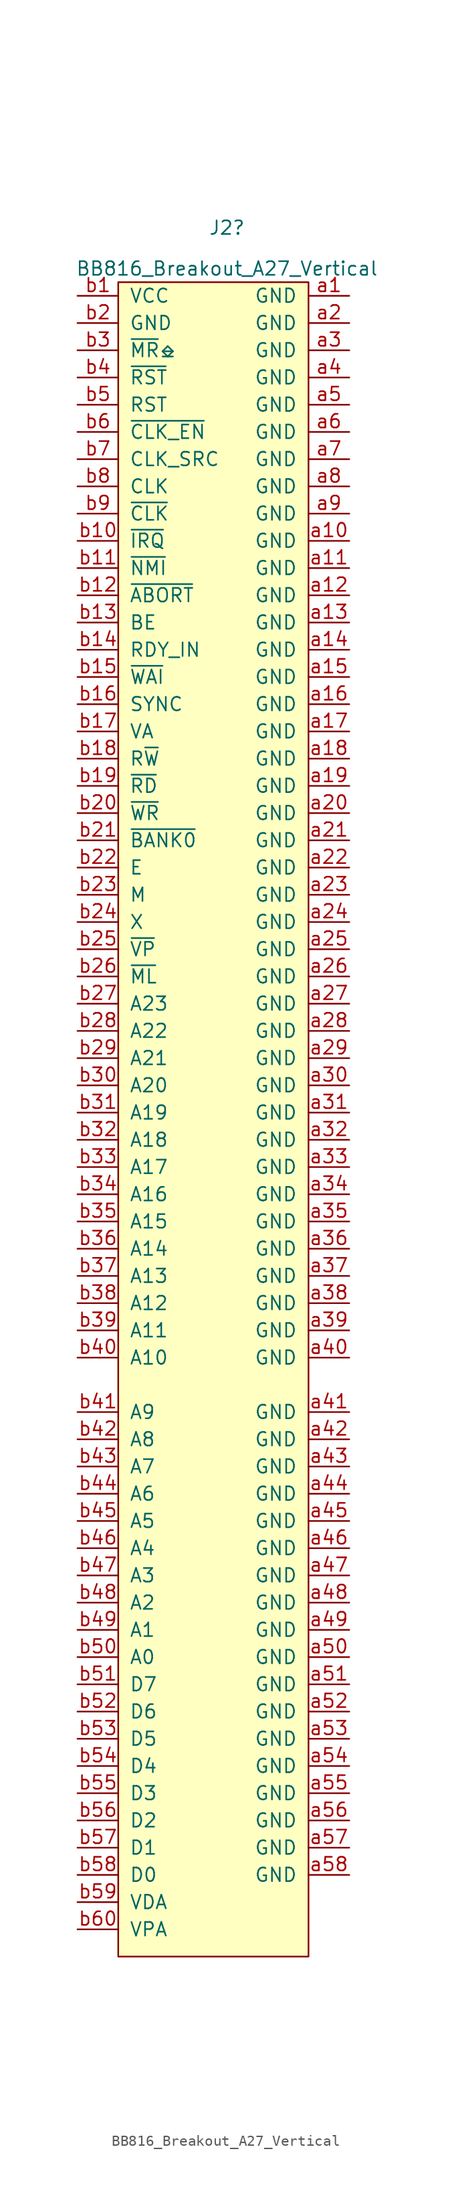
<source format=kicad_sym>
(kicad_symbol_lib
  (version 20231120)
  (generator "kicad_symbol_editor")
  (generator_version "8.0")
  (symbol "BB816_Breakout_A27_Vertical"
    (pin_names
      (offset 1.016))
    (property "Reference" "J2"
      (at 1.27 80.01 0)
      (effects (font (size 1.27 1.27))))
    (property "Value" "BB816_Breakout_A27_Vertical"
      (at 1.27 76.2 0)
      (effects (font (size 1.27 1.27))))
    (symbol "BB816_Breakout_A27_Vertical_1_1"
      (rectangle (start -8.89 74.93) (end 8.89 -81.28) (stroke (width 0) (type default)) (fill (type background)))
      (pin passive line (at 12.7 73.66 180) (length 3.81) (name "GND" (effects (font (size 1.27 1.27)))) (number "a1" (effects (font (size 1.27 1.27)))))
      (pin passive line (at 12.7 50.8 180) (length 3.81) (name "GND" (effects (font (size 1.27 1.27)))) (number "a10" (effects (font (size 1.27 1.27)))))
      (pin passive line (at 12.7 48.26 180) (length 3.81) (name "GND" (effects (font (size 1.27 1.27)))) (number "a11" (effects (font (size 1.27 1.27)))))
      (pin passive line (at 12.7 45.72 180) (length 3.81) (name "GND" (effects (font (size 1.27 1.27)))) (number "a12" (effects (font (size 1.27 1.27)))))
      (pin passive line (at 12.7 43.18 180) (length 3.81) (name "GND" (effects (font (size 1.27 1.27)))) (number "a13" (effects (font (size 1.27 1.27)))))
      (pin passive line (at 12.7 40.64 180) (length 3.81) (name "GND" (effects (font (size 1.27 1.27)))) (number "a14" (effects (font (size 1.27 1.27)))))
      (pin passive line (at 12.7 38.1 180) (length 3.81) (name "GND" (effects (font (size 1.27 1.27)))) (number "a15" (effects (font (size 1.27 1.27)))))
      (pin passive line (at 12.7 35.56 180) (length 3.81) (name "GND" (effects (font (size 1.27 1.27)))) (number "a16" (effects (font (size 1.27 1.27)))))
      (pin passive line (at 12.7 33.02 180) (length 3.81) (name "GND" (effects (font (size 1.27 1.27)))) (number "a17" (effects (font (size 1.27 1.27)))))
      (pin passive line (at 12.7 30.48 180) (length 3.81) (name "GND" (effects (font (size 1.27 1.27)))) (number "a18" (effects (font (size 1.27 1.27)))))
      (pin passive line (at 12.7 27.94 180) (length 3.81) (name "GND" (effects (font (size 1.27 1.27)))) (number "a19" (effects (font (size 1.27 1.27)))))
      (pin passive line (at 12.7 71.12 180) (length 3.81) (name "GND" (effects (font (size 1.27 1.27)))) (number "a2" (effects (font (size 1.27 1.27)))))
      (pin passive line (at 12.7 25.4 180) (length 3.81) (name "GND" (effects (font (size 1.27 1.27)))) (number "a20" (effects (font (size 1.27 1.27)))))
      (pin passive line (at 12.7 22.86 180) (length 3.81) (name "GND" (effects (font (size 1.27 1.27)))) (number "a21" (effects (font (size 1.27 1.27)))))
      (pin passive line (at 12.7 20.32 180) (length 3.81) (name "GND" (effects (font (size 1.27 1.27)))) (number "a22" (effects (font (size 1.27 1.27)))))
      (pin passive line (at 12.7 17.78 180) (length 3.81) (name "GND" (effects (font (size 1.27 1.27)))) (number "a23" (effects (font (size 1.27 1.27)))))
      (pin passive line (at 12.7 15.24 180) (length 3.81) (name "GND" (effects (font (size 1.27 1.27)))) (number "a24" (effects (font (size 1.27 1.27)))))
      (pin passive line (at 12.7 12.7 180) (length 3.81) (name "GND" (effects (font (size 1.27 1.27)))) (number "a25" (effects (font (size 1.27 1.27)))))
      (pin passive line (at 12.7 10.16 180) (length 3.81) (name "GND" (effects (font (size 1.27 1.27)))) (number "a26" (effects (font (size 1.27 1.27)))))
      (pin passive line (at 12.7 7.62 180) (length 3.81) (name "GND" (effects (font (size 1.27 1.27)))) (number "a27" (effects (font (size 1.27 1.27)))))
      (pin passive line (at 12.7 5.08 180) (length 3.81) (name "GND" (effects (font (size 1.27 1.27)))) (number "a28" (effects (font (size 1.27 1.27)))))
      (pin passive line (at 12.7 2.54 180) (length 3.81) (name "GND" (effects (font (size 1.27 1.27)))) (number "a29" (effects (font (size 1.27 1.27)))))
      (pin passive line (at 12.7 68.58 180) (length 3.81) (name "GND" (effects (font (size 1.27 1.27)))) (number "a3" (effects (font (size 1.27 1.27)))))
      (pin passive line (at 12.7 0 180) (length 3.81) (name "GND" (effects (font (size 1.27 1.27)))) (number "a30" (effects (font (size 1.27 1.27)))))
      (pin passive line (at 12.7 -2.54 180) (length 3.81) (name "GND" (effects (font (size 1.27 1.27)))) (number "a31" (effects (font (size 1.27 1.27)))))
      (pin passive line (at 12.7 -5.08 180) (length 3.81) (name "GND" (effects (font (size 1.27 1.27)))) (number "a32" (effects (font (size 1.27 1.27)))))
      (pin passive line (at 12.7 -7.62 180) (length 3.81) (name "GND" (effects (font (size 1.27 1.27)))) (number "a33" (effects (font (size 1.27 1.27)))))
      (pin passive line (at 12.7 -10.16 180) (length 3.81) (name "GND" (effects (font (size 1.27 1.27)))) (number "a34" (effects (font (size 1.27 1.27)))))
      (pin passive line (at 12.7 -12.7 180) (length 3.81) (name "GND" (effects (font (size 1.27 1.27)))) (number "a35" (effects (font (size 1.27 1.27)))))
      (pin passive line (at 12.7 -15.24 180) (length 3.81) (name "GND" (effects (font (size 1.27 1.27)))) (number "a36" (effects (font (size 1.27 1.27)))))
      (pin passive line (at 12.7 -17.78 180) (length 3.81) (name "GND" (effects (font (size 1.27 1.27)))) (number "a37" (effects (font (size 1.27 1.27)))))
      (pin passive line (at 12.7 -20.32 180) (length 3.81) (name "GND" (effects (font (size 1.27 1.27)))) (number "a38" (effects (font (size 1.27 1.27)))))
      (pin passive line (at 12.7 -22.86 180) (length 3.81) (name "GND" (effects (font (size 1.27 1.27)))) (number "a39" (effects (font (size 1.27 1.27)))))
      (pin passive line (at 12.7 66.04 180) (length 3.81) (name "GND" (effects (font (size 1.27 1.27)))) (number "a4" (effects (font (size 1.27 1.27)))))
      (pin passive line (at 12.7 -25.4 180) (length 3.81) (name "GND" (effects (font (size 1.27 1.27)))) (number "a40" (effects (font (size 1.27 1.27)))))
      (pin passive line (at 12.7 -30.48 180) (length 3.81) (name "GND" (effects (font (size 1.27 1.27)))) (number "a41" (effects (font (size 1.27 1.27)))))
      (pin passive line (at 12.7 -33.02 180) (length 3.81) (name "GND" (effects (font (size 1.27 1.27)))) (number "a42" (effects (font (size 1.27 1.27)))))
      (pin passive line (at 12.7 -35.56 180) (length 3.81) (name "GND" (effects (font (size 1.27 1.27)))) (number "a43" (effects (font (size 1.27 1.27)))))
      (pin passive line (at 12.7 -38.1 180) (length 3.81) (name "GND" (effects (font (size 1.27 1.27)))) (number "a44" (effects (font (size 1.27 1.27)))))
      (pin passive line (at 12.7 -40.64 180) (length 3.81) (name "GND" (effects (font (size 1.27 1.27)))) (number "a45" (effects (font (size 1.27 1.27)))))
      (pin passive line (at 12.7 -43.18 180) (length 3.81) (name "GND" (effects (font (size 1.27 1.27)))) (number "a46" (effects (font (size 1.27 1.27)))))
      (pin passive line (at 12.7 -45.72 180) (length 3.81) (name "GND" (effects (font (size 1.27 1.27)))) (number "a47" (effects (font (size 1.27 1.27)))))
      (pin passive line (at 12.7 -48.26 180) (length 3.81) (name "GND" (effects (font (size 1.27 1.27)))) (number "a48" (effects (font (size 1.27 1.27)))))
      (pin passive line (at 12.7 -50.8 180) (length 3.81) (name "GND" (effects (font (size 1.27 1.27)))) (number "a49" (effects (font (size 1.27 1.27)))))
      (pin passive line (at 12.7 63.5 180) (length 3.81) (name "GND" (effects (font (size 1.27 1.27)))) (number "a5" (effects (font (size 1.27 1.27)))))
      (pin passive line (at 12.7 -53.34 180) (length 3.81) (name "GND" (effects (font (size 1.27 1.27)))) (number "a50" (effects (font (size 1.27 1.27)))))
      (pin passive line (at 12.7 -55.88 180) (length 3.81) (name "GND" (effects (font (size 1.27 1.27)))) (number "a51" (effects (font (size 1.27 1.27)))))
      (pin passive line (at 12.7 -58.42 180) (length 3.81) (name "GND" (effects (font (size 1.27 1.27)))) (number "a52" (effects (font (size 1.27 1.27)))))
      (pin passive line (at 12.7 -60.96 180) (length 3.81) (name "GND" (effects (font (size 1.27 1.27)))) (number "a53" (effects (font (size 1.27 1.27)))))
      (pin passive line (at 12.7 -63.5 180) (length 3.81) (name "GND" (effects (font (size 1.27 1.27)))) (number "a54" (effects (font (size 1.27 1.27)))))
      (pin passive line (at 12.7 -66.04 180) (length 3.81) (name "GND" (effects (font (size 1.27 1.27)))) (number "a55" (effects (font (size 1.27 1.27)))))
      (pin passive line (at 12.7 -68.58 180) (length 3.81) (name "GND" (effects (font (size 1.27 1.27)))) (number "a56" (effects (font (size 1.27 1.27)))))
      (pin passive line (at 12.7 -71.12 180) (length 3.81) (name "GND" (effects (font (size 1.27 1.27)))) (number "a57" (effects (font (size 1.27 1.27)))))
      (pin passive line (at 12.7 -73.66 180) (length 3.81) (name "GND" (effects (font (size 1.27 1.27)))) (number "a58" (effects (font (size 1.27 1.27)))))
      (pin passive line (at 12.7 60.96 180) (length 3.81) (name "GND" (effects (font (size 1.27 1.27)))) (number "a6" (effects (font (size 1.27 1.27)))))
      (pin passive line (at 12.7 58.42 180) (length 3.81) (name "GND" (effects (font (size 1.27 1.27)))) (number "a7" (effects (font (size 1.27 1.27)))))
      (pin passive line (at 12.7 55.88 180) (length 3.81) (name "GND" (effects (font (size 1.27 1.27)))) (number "a8" (effects (font (size 1.27 1.27)))))
      (pin passive line (at 12.7 53.34 180) (length 3.81) (name "GND" (effects (font (size 1.27 1.27)))) (number "a9" (effects (font (size 1.27 1.27)))))
      (pin passive line (at -12.7 73.66 0) (length 3.81) (name "VCC" (effects (font (size 1.27 1.27)))) (number "b1" (effects (font (size 1.27 1.27)))))
      (pin passive line (at -12.7 50.8 0) (length 3.81) (name "~{IRQ}" (effects (font (size 1.27 1.27)))) (number "b10" (effects (font (size 1.27 1.27)))))
      (pin passive line (at -12.7 48.26 0) (length 3.81) (name "~{NMI}" (effects (font (size 1.27 1.27)))) (number "b11" (effects (font (size 1.27 1.27)))))
      (pin passive line (at -12.7 45.72 0) (length 3.81) (name "~{ABORT}" (effects (font (size 1.27 1.27)))) (number "b12" (effects (font (size 1.27 1.27)))))
      (pin passive line (at -12.7 43.18 0) (length 3.81) (name "BE" (effects (font (size 1.27 1.27)))) (number "b13" (effects (font (size 1.27 1.27)))))
      (pin passive line (at -12.7 40.64 0) (length 3.81) (name "RDY_IN" (effects (font (size 1.27 1.27)))) (number "b14" (effects (font (size 1.27 1.27)))))
      (pin passive line (at -12.7 38.1 0) (length 3.81) (name "~{WAI}" (effects (font (size 1.27 1.27)))) (number "b15" (effects (font (size 1.27 1.27)))))
      (pin passive line (at -12.7 35.56 0) (length 3.81) (name "SYNC" (effects (font (size 1.27 1.27)))) (number "b16" (effects (font (size 1.27 1.27)))))
      (pin passive line (at -12.7 33.02 0) (length 3.81) (name "VA" (effects (font (size 1.27 1.27)))) (number "b17" (effects (font (size 1.27 1.27)))))
      (pin passive line (at -12.7 30.48 0) (length 3.81) (name "R~{W}" (effects (font (size 1.27 1.27)))) (number "b18" (effects (font (size 1.27 1.27)))))
      (pin passive line (at -12.7 27.94 0) (length 3.81) (name "~{RD}" (effects (font (size 1.27 1.27)))) (number "b19" (effects (font (size 1.27 1.27)))))
      (pin passive line (at -12.7 71.12 0) (length 3.81) (name "GND" (effects (font (size 1.27 1.27)))) (number "b2" (effects (font (size 1.27 1.27)))))
      (pin passive line (at -12.7 25.4 0) (length 3.81) (name "~{WR}" (effects (font (size 1.27 1.27)))) (number "b20" (effects (font (size 1.27 1.27)))))
      (pin passive line (at -12.7 22.86 0) (length 3.81) (name "~{BANK0}" (effects (font (size 1.27 1.27)))) (number "b21" (effects (font (size 1.27 1.27)))))
      (pin passive line (at -12.7 20.32 0) (length 3.81) (name "E" (effects (font (size 1.27 1.27)))) (number "b22" (effects (font (size 1.27 1.27)))))
      (pin passive line (at -12.7 17.78 0) (length 3.81) (name "M" (effects (font (size 1.27 1.27)))) (number "b23" (effects (font (size 1.27 1.27)))))
      (pin passive line (at -12.7 15.24 0) (length 3.81) (name "X" (effects (font (size 1.27 1.27)))) (number "b24" (effects (font (size 1.27 1.27)))))
      (pin passive line (at -12.7 12.7 0) (length 3.81) (name "~{VP}" (effects (font (size 1.27 1.27)))) (number "b25" (effects (font (size 1.27 1.27)))))
      (pin passive line (at -12.7 10.16 0) (length 3.81) (name "~{ML}" (effects (font (size 1.27 1.27)))) (number "b26" (effects (font (size 1.27 1.27)))))
      (pin passive line (at -12.7 7.62 0) (length 3.81) (name "A23" (effects (font (size 1.27 1.27)))) (number "b27" (effects (font (size 1.27 1.27)))))
      (pin passive line (at -12.7 5.08 0) (length 3.81) (name "A22" (effects (font (size 1.27 1.27)))) (number "b28" (effects (font (size 1.27 1.27)))))
      (pin passive line (at -12.7 2.54 0) (length 3.81) (name "A21" (effects (font (size 1.27 1.27)))) (number "b29" (effects (font (size 1.27 1.27)))))
      (pin passive line (at -12.7 68.58 0) (length 3.81) (name "~{MR}⎒" (effects (font (size 1.27 1.27)))) (number "b3" (effects (font (size 1.27 1.27)))))
      (pin passive line (at -12.7 0 0) (length 3.81) (name "A20" (effects (font (size 1.27 1.27)))) (number "b30" (effects (font (size 1.27 1.27)))))
      (pin passive line (at -12.7 -2.54 0) (length 3.81) (name "A19" (effects (font (size 1.27 1.27)))) (number "b31" (effects (font (size 1.27 1.27)))))
      (pin passive line (at -12.7 -5.08 0) (length 3.81) (name "A18" (effects (font (size 1.27 1.27)))) (number "b32" (effects (font (size 1.27 1.27)))))
      (pin passive line (at -12.7 -7.62 0) (length 3.81) (name "A17" (effects (font (size 1.27 1.27)))) (number "b33" (effects (font (size 1.27 1.27)))))
      (pin passive line (at -12.7 -10.16 0) (length 3.81) (name "A16" (effects (font (size 1.27 1.27)))) (number "b34" (effects (font (size 1.27 1.27)))))
      (pin passive line (at -12.7 -12.7 0) (length 3.81) (name "A15" (effects (font (size 1.27 1.27)))) (number "b35" (effects (font (size 1.27 1.27)))))
      (pin passive line (at -12.7 -15.24 0) (length 3.81) (name "A14" (effects (font (size 1.27 1.27)))) (number "b36" (effects (font (size 1.27 1.27)))))
      (pin passive line (at -12.7 -17.78 0) (length 3.81) (name "A13" (effects (font (size 1.27 1.27)))) (number "b37" (effects (font (size 1.27 1.27)))))
      (pin passive line (at -12.7 -20.32 0) (length 3.81) (name "A12" (effects (font (size 1.27 1.27)))) (number "b38" (effects (font (size 1.27 1.27)))))
      (pin passive line (at -12.7 -22.86 0) (length 3.81) (name "A11" (effects (font (size 1.27 1.27)))) (number "b39" (effects (font (size 1.27 1.27)))))
      (pin passive line (at -12.7 66.04 0) (length 3.81) (name "~{RST}" (effects (font (size 1.27 1.27)))) (number "b4" (effects (font (size 1.27 1.27)))))
      (pin passive line (at -12.7 -25.4 0) (length 3.81) (name "A10" (effects (font (size 1.27 1.27)))) (number "b40" (effects (font (size 1.27 1.27)))))
      (pin passive line (at -12.7 -30.48 0) (length 3.81) (name "A9" (effects (font (size 1.27 1.27)))) (number "b41" (effects (font (size 1.27 1.27)))))
      (pin passive line (at -12.7 -33.02 0) (length 3.81) (name "A8" (effects (font (size 1.27 1.27)))) (number "b42" (effects (font (size 1.27 1.27)))))
      (pin passive line (at -12.7 -35.56 0) (length 3.81) (name "A7" (effects (font (size 1.27 1.27)))) (number "b43" (effects (font (size 1.27 1.27)))))
      (pin passive line (at -12.7 -38.1 0) (length 3.81) (name "A6" (effects (font (size 1.27 1.27)))) (number "b44" (effects (font (size 1.27 1.27)))))
      (pin passive line (at -12.7 -40.64 0) (length 3.81) (name "A5" (effects (font (size 1.27 1.27)))) (number "b45" (effects (font (size 1.27 1.27)))))
      (pin passive line (at -12.7 -43.18 0) (length 3.81) (name "A4" (effects (font (size 1.27 1.27)))) (number "b46" (effects (font (size 1.27 1.27)))))
      (pin passive line (at -12.7 -45.72 0) (length 3.81) (name "A3" (effects (font (size 1.27 1.27)))) (number "b47" (effects (font (size 1.27 1.27)))))
      (pin passive line (at -12.7 -48.26 0) (length 3.81) (name "A2" (effects (font (size 1.27 1.27)))) (number "b48" (effects (font (size 1.27 1.27)))))
      (pin passive line (at -12.7 -50.8 0) (length 3.81) (name "A1" (effects (font (size 1.27 1.27)))) (number "b49" (effects (font (size 1.27 1.27)))))
      (pin passive line (at -12.7 63.5 0) (length 3.81) (name "RST" (effects (font (size 1.27 1.27)))) (number "b5" (effects (font (size 1.27 1.27)))))
      (pin passive line (at -12.7 -53.34 0) (length 3.81) (name "A0" (effects (font (size 1.27 1.27)))) (number "b50" (effects (font (size 1.27 1.27)))))
      (pin passive line (at -12.7 -55.88 0) (length 3.81) (name "D7" (effects (font (size 1.27 1.27)))) (number "b51" (effects (font (size 1.27 1.27)))))
      (pin passive line (at -12.7 -58.42 0) (length 3.81) (name "D6" (effects (font (size 1.27 1.27)))) (number "b52" (effects (font (size 1.27 1.27)))))
      (pin passive line (at -12.7 -60.96 0) (length 3.81) (name "D5" (effects (font (size 1.27 1.27)))) (number "b53" (effects (font (size 1.27 1.27)))))
      (pin passive line (at -12.7 -63.5 0) (length 3.81) (name "D4" (effects (font (size 1.27 1.27)))) (number "b54" (effects (font (size 1.27 1.27)))))
      (pin passive line (at -12.7 -66.04 0) (length 3.81) (name "D3" (effects (font (size 1.27 1.27)))) (number "b55" (effects (font (size 1.27 1.27)))))
      (pin passive line (at -12.7 -68.58 0) (length 3.81) (name "D2" (effects (font (size 1.27 1.27)))) (number "b56" (effects (font (size 1.27 1.27)))))
      (pin passive line (at -12.7 -71.12 0) (length 3.81) (name "D1" (effects (font (size 1.27 1.27)))) (number "b57" (effects (font (size 1.27 1.27)))))
      (pin passive line (at -12.7 -73.66 0) (length 3.81) (name "D0" (effects (font (size 1.27 1.27)))) (number "b58" (effects (font (size 1.27 1.27)))))
      (pin passive line (at -12.7 -76.2 0) (length 3.81) (name "VDA" (effects (font (size 1.27 1.27)))) (number "b59" (effects (font (size 1.27 1.27)))))
      (pin passive line (at -12.7 60.96 0) (length 3.81) (name "~{CLK_EN}" (effects (font (size 1.27 1.27)))) (number "b6" (effects (font (size 1.27 1.27)))))
      (pin passive line (at -12.7 -78.74 0) (length 3.81) (name "VPA" (effects (font (size 1.27 1.27)))) (number "b60" (effects (font (size 1.27 1.27)))))
      (pin passive line (at -12.7 58.42 0) (length 3.81) (name "CLK_SRC" (effects (font (size 1.27 1.27)))) (number "b7" (effects (font (size 1.27 1.27)))))
      (pin passive line (at -12.7 55.88 0) (length 3.81) (name "CLK" (effects (font (size 1.27 1.27)))) (number "b8" (effects (font (size 1.27 1.27)))))
      (pin passive line (at -12.7 53.34 0) (length 3.81) (name "~{CLK}" (effects (font (size 1.27 1.27)))) (number "b9" (effects (font (size 1.27 1.27))))))))
</source>
